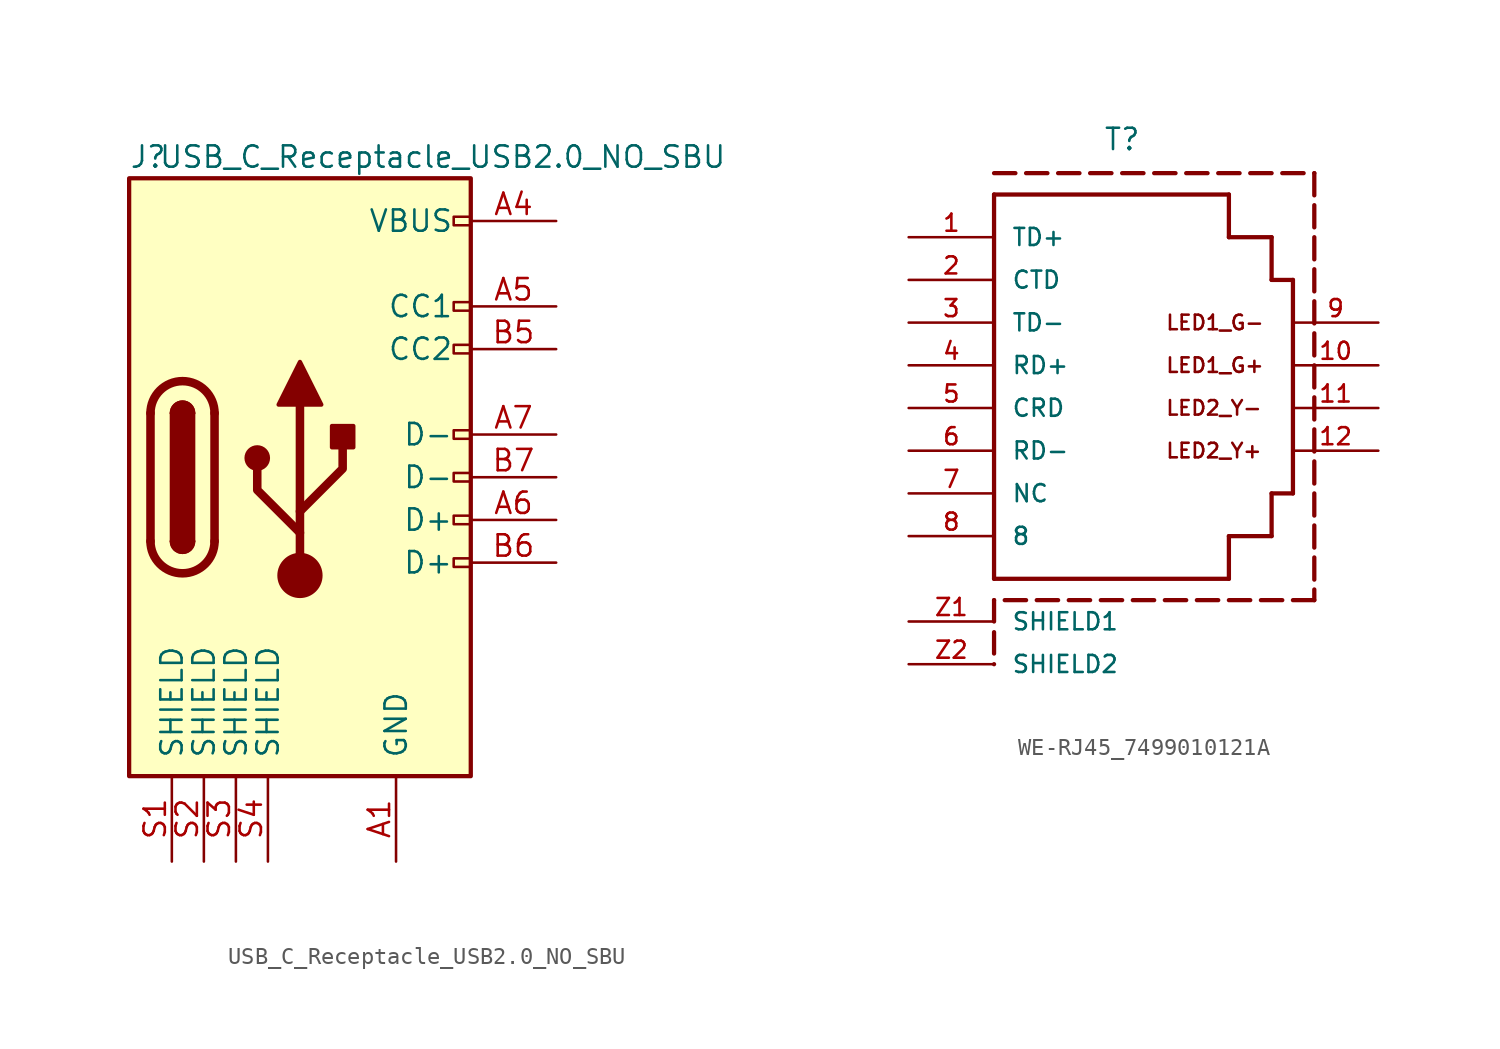
<source format=kicad_sym>
(kicad_symbol_lib
  (version 20231120)
  (generator "kicad_symbol_editor")
  (generator_version "8.0")
  (symbol "USB_C_Receptacle_USB2.0_NO_SBU"
    (pin_names
      (offset 1.016))
    (property "Reference" "J"
      (at -10.16 19.05 0)
      (effects (font (size 1.27 1.27)) (justify left)))
    (property "Value" "USB_C_Receptacle_USB2.0_NO_SBU"
      (at 25.4 19.05 0)
      (effects (font (size 1.27 1.27)) (justify right)))
    (symbol "USB_C_Receptacle_USB2.0_NO_SBU_0_0"
      (rectangle (start 10.16 -4.826) (end 9.144 -5.334) (stroke (width 0) (type default)) (fill (type none)))
      (rectangle (start 10.16 -2.286) (end 9.144 -2.794) (stroke (width 0) (type default)) (fill (type none)))
      (rectangle (start 10.16 0.254) (end 9.144 -0.254) (stroke (width 0) (type default)) (fill (type none)))
      (rectangle (start 10.16 2.794) (end 9.144 2.286) (stroke (width 0) (type default)) (fill (type none)))
      (rectangle (start 10.16 7.874) (end 9.144 7.366) (stroke (width 0) (type default)) (fill (type none)))
      (rectangle (start 10.16 10.414) (end 9.144 9.906) (stroke (width 0) (type default)) (fill (type none)))
      (rectangle (start 10.16 15.494) (end 9.144 14.986) (stroke (width 0) (type default)) (fill (type none))))
    (symbol "USB_C_Receptacle_USB2.0_NO_SBU_0_1"
      (rectangle (start -10.16 17.78) (end 10.16 -17.78) (stroke (width 0.254) (type default)) (fill (type background)))
      (arc (start -8.89 -3.81) (mid -6.985 -5.7066) (end -5.08 -3.81) (stroke (width 0.508) (type default)) (fill (type none)))
      (arc (start -7.62 -3.81) (mid -6.985 -4.4422) (end -6.35 -3.81) (stroke (width 0.254) (type default)) (fill (type none)))
      (arc (start -7.62 -3.81) (mid -6.985 -4.4422) (end -6.35 -3.81) (stroke (width 0.254) (type default)) (fill (type outline)))
      (rectangle (start -7.62 -3.81) (end -6.35 3.81) (stroke (width 0.254) (type default)) (fill (type outline)))
      (arc (start -6.35 3.81) (mid -6.985 4.4422) (end -7.62 3.81) (stroke (width 0.254) (type default)) (fill (type none)))
      (arc (start -6.35 3.81) (mid -6.985 4.4422) (end -7.62 3.81) (stroke (width 0.254) (type default)) (fill (type outline)))
      (arc (start -5.08 3.81) (mid -6.985 5.7066) (end -8.89 3.81) (stroke (width 0.508) (type default)) (fill (type none)))
      (circle (center -2.54 1.143) (radius 0.635) (stroke (width 0.254) (type default)) (fill (type outline)))
      (circle (center 0 -5.842) (radius 1.27) (stroke (width 0) (type default)) (fill (type outline)))
      (polyline (pts (xy -8.89 -3.81) (xy -8.89 3.81)) (stroke (width 0.508) (type default)) (fill (type none)))
      (polyline (pts (xy -5.08 3.81) (xy -5.08 -3.81)) (stroke (width 0.508) (type default)) (fill (type none)))
      (polyline (pts (xy 0 -5.842) (xy 0 4.318)) (stroke (width 0.508) (type default)) (fill (type none)))
      (polyline (pts (xy 0 -3.302) (xy -2.54 -0.762) (xy -2.54 0.508)) (stroke (width 0.508) (type default)) (fill (type none)))
      (polyline (pts (xy 0 -2.032) (xy 2.54 0.508) (xy 2.54 1.778)) (stroke (width 0.508) (type default)) (fill (type none)))
      (polyline (pts (xy -1.27 4.318) (xy 0 6.858) (xy 1.27 4.318) (xy -1.27 4.318)) (stroke (width 0.254) (type default)) (fill (type outline)))
      (rectangle (start 1.905 1.778) (end 3.175 3.048) (stroke (width 0.254) (type default)) (fill (type outline))))
    (symbol "USB_C_Receptacle_USB2.0_NO_SBU_1_1"
      (pin power_in line (at 5.715 -22.86 90) (length 5.08) (name "GND" (effects (font (size 1.27 1.27)))) (number "A1" (effects (font (size 1.27 1.27)))))
      (pin power_in line (at 15.24 15.24 180) (length 5.08) (name "VBUS" (effects (font (size 1.27 1.27)))) (number "A4" (effects (font (size 1.27 1.27)))))
      (pin bidirectional line (at 15.24 10.16 180) (length 5.08) (name "CC1" (effects (font (size 1.27 1.27)))) (number "A5" (effects (font (size 1.27 1.27)))))
      (pin bidirectional line (at 15.24 -2.54 180) (length 5.08) (name "D+" (effects (font (size 1.27 1.27)))) (number "A6" (effects (font (size 1.27 1.27)))))
      (pin bidirectional line (at 15.24 2.54 180) (length 5.08) (name "D-" (effects (font (size 1.27 1.27)))) (number "A7" (effects (font (size 1.27 1.27)))))
      (pin bidirectional line (at 15.24 7.62 180) (length 5.08) (name "CC2" (effects (font (size 1.27 1.27)))) (number "B5" (effects (font (size 1.27 1.27)))))
      (pin bidirectional line (at 15.24 -5.08 180) (length 5.08) (name "D+" (effects (font (size 1.27 1.27)))) (number "B6" (effects (font (size 1.27 1.27)))))
      (pin bidirectional line (at 15.24 0 180) (length 5.08) (name "D-" (effects (font (size 1.27 1.27)))) (number "B7" (effects (font (size 1.27 1.27)))))
      (pin passive line (at -7.62 -22.86 90) (length 5.08) (name "SHIELD" (effects (font (size 1.27 1.27)))) (number "S1" (effects (font (size 1.27 1.27)))))
      (pin passive line (at -5.715 -22.86 90) (length 5.08) (name "SHIELD" (effects (font (size 1.27 1.27)))) (number "S2" (effects (font (size 1.27 1.27)))))
      (pin passive line (at -3.81 -22.86 90) (length 5.08) (name "SHIELD" (effects (font (size 1.27 1.27)))) (number "S3" (effects (font (size 1.27 1.27)))))
      (pin passive line (at -1.905 -22.86 90) (length 5.08) (name "SHIELD" (effects (font (size 1.27 1.27)))) (number "S4" (effects (font (size 1.27 1.27)))))))
  (symbol "WE-RJ45_7499010121A"
    (pin_names
      (offset 1.016))
    (property "Reference" "T"
      (at 0 15.24 0)
      (effects (font (size 1.27 1.27)) (justify bottom)))
    (symbol "WE-RJ45_7499010121A_0_0"
      (polyline (pts (xy -7.62 -15.24) (xy -7.62 -15.24)) (stroke (width 0.254) (type default)) (fill (type none)))
      (polyline (pts (xy -7.62 -13.335) (xy -7.62 -14.605)) (stroke (width 0.254) (type default)) (fill (type none)))
      (polyline (pts (xy -7.62 -11.43) (xy -7.62 -12.7)) (stroke (width 0.254) (type default)) (fill (type none)))
      (polyline (pts (xy -7.62 -11.43) (xy -7.62 -11.43)) (stroke (width 0.254) (type default)) (fill (type none)))
      (polyline (pts (xy -7.62 -10.16) (xy -7.62 12.7)) (stroke (width 0.254) (type default)) (fill (type none)))
      (polyline (pts (xy -7.62 12.7) (xy 6.35 12.7)) (stroke (width 0.254) (type default)) (fill (type none)))
      (polyline (pts (xy -7.62 13.97) (xy -6.35 13.97)) (stroke (width 0.254) (type default)) (fill (type none)))
      (polyline (pts (xy -5.715 -11.43) (xy -6.985 -11.43)) (stroke (width 0.254) (type default)) (fill (type none)))
      (polyline (pts (xy -5.715 13.97) (xy -4.445 13.97)) (stroke (width 0.254) (type default)) (fill (type none)))
      (polyline (pts (xy -3.81 -11.43) (xy -5.08 -11.43)) (stroke (width 0.254) (type default)) (fill (type none)))
      (polyline (pts (xy -3.81 13.97) (xy -2.54 13.97)) (stroke (width 0.254) (type default)) (fill (type none)))
      (polyline (pts (xy -1.905 -11.43) (xy -3.175 -11.43)) (stroke (width 0.254) (type default)) (fill (type none)))
      (polyline (pts (xy -1.905 13.97) (xy -0.635 13.97)) (stroke (width 0.254) (type default)) (fill (type none)))
      (polyline (pts (xy 0 -11.43) (xy -1.27 -11.43)) (stroke (width 0.254) (type default)) (fill (type none)))
      (polyline (pts (xy 0 13.97) (xy 1.27 13.97)) (stroke (width 0.254) (type default)) (fill (type none)))
      (polyline (pts (xy 1.905 -11.43) (xy 0.635 -11.43)) (stroke (width 0.254) (type default)) (fill (type none)))
      (polyline (pts (xy 1.905 13.97) (xy 3.175 13.97)) (stroke (width 0.254) (type default)) (fill (type none)))
      (polyline (pts (xy 3.81 -11.43) (xy 2.54 -11.43)) (stroke (width 0.254) (type default)) (fill (type none)))
      (polyline (pts (xy 3.81 13.97) (xy 5.08 13.97)) (stroke (width 0.254) (type default)) (fill (type none)))
      (polyline (pts (xy 5.715 -11.43) (xy 4.445 -11.43)) (stroke (width 0.254) (type default)) (fill (type none)))
      (polyline (pts (xy 5.715 13.97) (xy 6.985 13.97)) (stroke (width 0.254) (type default)) (fill (type none)))
      (polyline (pts (xy 6.35 -10.16) (xy -7.62 -10.16)) (stroke (width 0.254) (type default)) (fill (type none)))
      (polyline (pts (xy 6.35 -10.16) (xy 6.35 -7.62)) (stroke (width 0.254) (type default)) (fill (type none)))
      (polyline (pts (xy 6.35 -7.62) (xy 8.89 -7.62)) (stroke (width 0.254) (type default)) (fill (type none)))
      (polyline (pts (xy 6.35 10.16) (xy 8.89 10.16)) (stroke (width 0.254) (type default)) (fill (type none)))
      (polyline (pts (xy 6.35 12.7) (xy 6.35 10.16)) (stroke (width 0.254) (type default)) (fill (type none)))
      (polyline (pts (xy 7.62 -11.43) (xy 6.35 -11.43)) (stroke (width 0.254) (type default)) (fill (type none)))
      (polyline (pts (xy 7.62 13.97) (xy 8.89 13.97)) (stroke (width 0.254) (type default)) (fill (type none)))
      (polyline (pts (xy 8.89 -7.62) (xy 8.89 -5.08)) (stroke (width 0.254) (type default)) (fill (type none)))
      (polyline (pts (xy 8.89 -5.08) (xy 10.16 -5.08)) (stroke (width 0.254) (type default)) (fill (type none)))
      (polyline (pts (xy 8.89 7.62) (xy 10.16 7.62)) (stroke (width 0.254) (type default)) (fill (type none)))
      (polyline (pts (xy 8.89 10.16) (xy 8.89 7.62)) (stroke (width 0.254) (type default)) (fill (type none)))
      (polyline (pts (xy 9.525 -11.43) (xy 8.255 -11.43)) (stroke (width 0.254) (type default)) (fill (type none)))
      (polyline (pts (xy 9.525 13.97) (xy 10.795 13.97)) (stroke (width 0.254) (type default)) (fill (type none)))
      (polyline (pts (xy 10.16 7.62) (xy 10.16 -5.08)) (stroke (width 0.254) (type default)) (fill (type none)))
      (polyline (pts (xy 11.43 -11.43) (xy 10.16 -11.43)) (stroke (width 0.254) (type default)) (fill (type none)))
      (polyline (pts (xy 11.43 -10.795) (xy 11.43 -11.43)) (stroke (width 0.254) (type default)) (fill (type none)))
      (polyline (pts (xy 11.43 -8.89) (xy 11.43 -10.209)) (stroke (width 0.254) (type default)) (fill (type none)))
      (polyline (pts (xy 11.43 -6.985) (xy 11.43 -8.304)) (stroke (width 0.254) (type default)) (fill (type none)))
      (polyline (pts (xy 11.43 -5.08) (xy 11.43 -6.399)) (stroke (width 0.254) (type default)) (fill (type none)))
      (polyline (pts (xy 11.43 -3.175) (xy 11.43 -4.494)) (stroke (width 0.254) (type default)) (fill (type none)))
      (polyline (pts (xy 11.43 -1.27) (xy 11.43 -2.589)) (stroke (width 0.254) (type default)) (fill (type none)))
      (polyline (pts (xy 11.43 0.635) (xy 11.43 -0.684)) (stroke (width 0.254) (type default)) (fill (type none)))
      (polyline (pts (xy 11.43 2.54) (xy 11.43 1.221)) (stroke (width 0.254) (type default)) (fill (type none)))
      (polyline (pts (xy 11.43 4.445) (xy 11.43 3.126)) (stroke (width 0.254) (type default)) (fill (type none)))
      (polyline (pts (xy 11.43 6.35) (xy 11.43 5.031)) (stroke (width 0.254) (type default)) (fill (type none)))
      (polyline (pts (xy 11.43 8.255) (xy 11.43 6.936)) (stroke (width 0.254) (type default)) (fill (type none)))
      (polyline (pts (xy 11.43 10.16) (xy 11.43 8.841)) (stroke (width 0.254) (type default)) (fill (type none)))
      (polyline (pts (xy 11.43 12.065) (xy 11.43 10.746)) (stroke (width 0.254) (type default)) (fill (type none)))
      (polyline (pts (xy 11.43 13.97) (xy 11.43 12.651)) (stroke (width 0.254) (type default)) (fill (type none)))
      (polyline (pts (xy 11.43 13.97) (xy 11.43 13.97)) (stroke (width 0.254) (type default)) (fill (type none)))
      (text "LED1_G+" (at 2.54 2.54 0) (effects (font (size 0.864 0.864)) (justify left)))
      (text "LED1_G-" (at 2.54 5.08 0) (effects (font (size 0.864 0.864)) (justify left)))
      (text "LED2_Y+" (at 2.54 -2.54 0) (effects (font (size 0.864 0.864)) (justify left)))
      (text "LED2_Y-" (at 2.54 0 0) (effects (font (size 0.864 0.864)) (justify left)))
      (pin passive line (at -12.7 10.16 0) (length 5.08) (name "TD+" (effects (font (size 1.016 1.016)))) (number "1" (effects (font (size 1.016 1.016)))))
      (pin passive line (at 15.24 2.54 180) (length 5.08) (name "~" (effects (font (size 1.016 1.016)))) (number "10" (effects (font (size 1.016 1.016)))))
      (pin passive line (at 15.24 0 180) (length 5.08) (name "~" (effects (font (size 1.016 1.016)))) (number "11" (effects (font (size 1.016 1.016)))))
      (pin passive line (at 15.24 -2.54 180) (length 5.08) (name "~" (effects (font (size 1.016 1.016)))) (number "12" (effects (font (size 1.016 1.016)))))
      (pin passive line (at -12.7 7.62 0) (length 5.08) (name "CTD" (effects (font (size 1.016 1.016)))) (number "2" (effects (font (size 1.016 1.016)))))
      (pin passive line (at -12.7 5.08 0) (length 5.08) (name "TD-" (effects (font (size 1.016 1.016)))) (number "3" (effects (font (size 1.016 1.016)))))
      (pin passive line (at -12.7 2.54 0) (length 5.08) (name "RD+" (effects (font (size 1.016 1.016)))) (number "4" (effects (font (size 1.016 1.016)))))
      (pin passive line (at -12.7 0 0) (length 5.08) (name "CRD" (effects (font (size 1.016 1.016)))) (number "5" (effects (font (size 1.016 1.016)))))
      (pin passive line (at -12.7 -2.54 0) (length 5.08) (name "RD-" (effects (font (size 1.016 1.016)))) (number "6" (effects (font (size 1.016 1.016)))))
      (pin passive line (at -12.7 -5.08 0) (length 5.08) (name "NC" (effects (font (size 1.016 1.016)))) (number "7" (effects (font (size 1.016 1.016)))))
      (pin passive line (at -12.7 -7.62 0) (length 5.08) (name "8" (effects (font (size 1.016 1.016)))) (number "8" (effects (font (size 1.016 1.016)))))
      (pin passive line (at 15.24 5.08 180) (length 5.08) (name "~" (effects (font (size 1.016 1.016)))) (number "9" (effects (font (size 1.016 1.016)))))
      (pin passive line (at -12.7 -12.7 0) (length 5.08) (name "SHIELD1" (effects (font (size 1.016 1.016)))) (number "Z1" (effects (font (size 1.016 1.016)))))
      (pin passive line (at -12.7 -15.24 0) (length 5.08) (name "SHIELD2" (effects (font (size 1.016 1.016)))) (number "Z2" (effects (font (size 1.016 1.016))))))))
</source>
